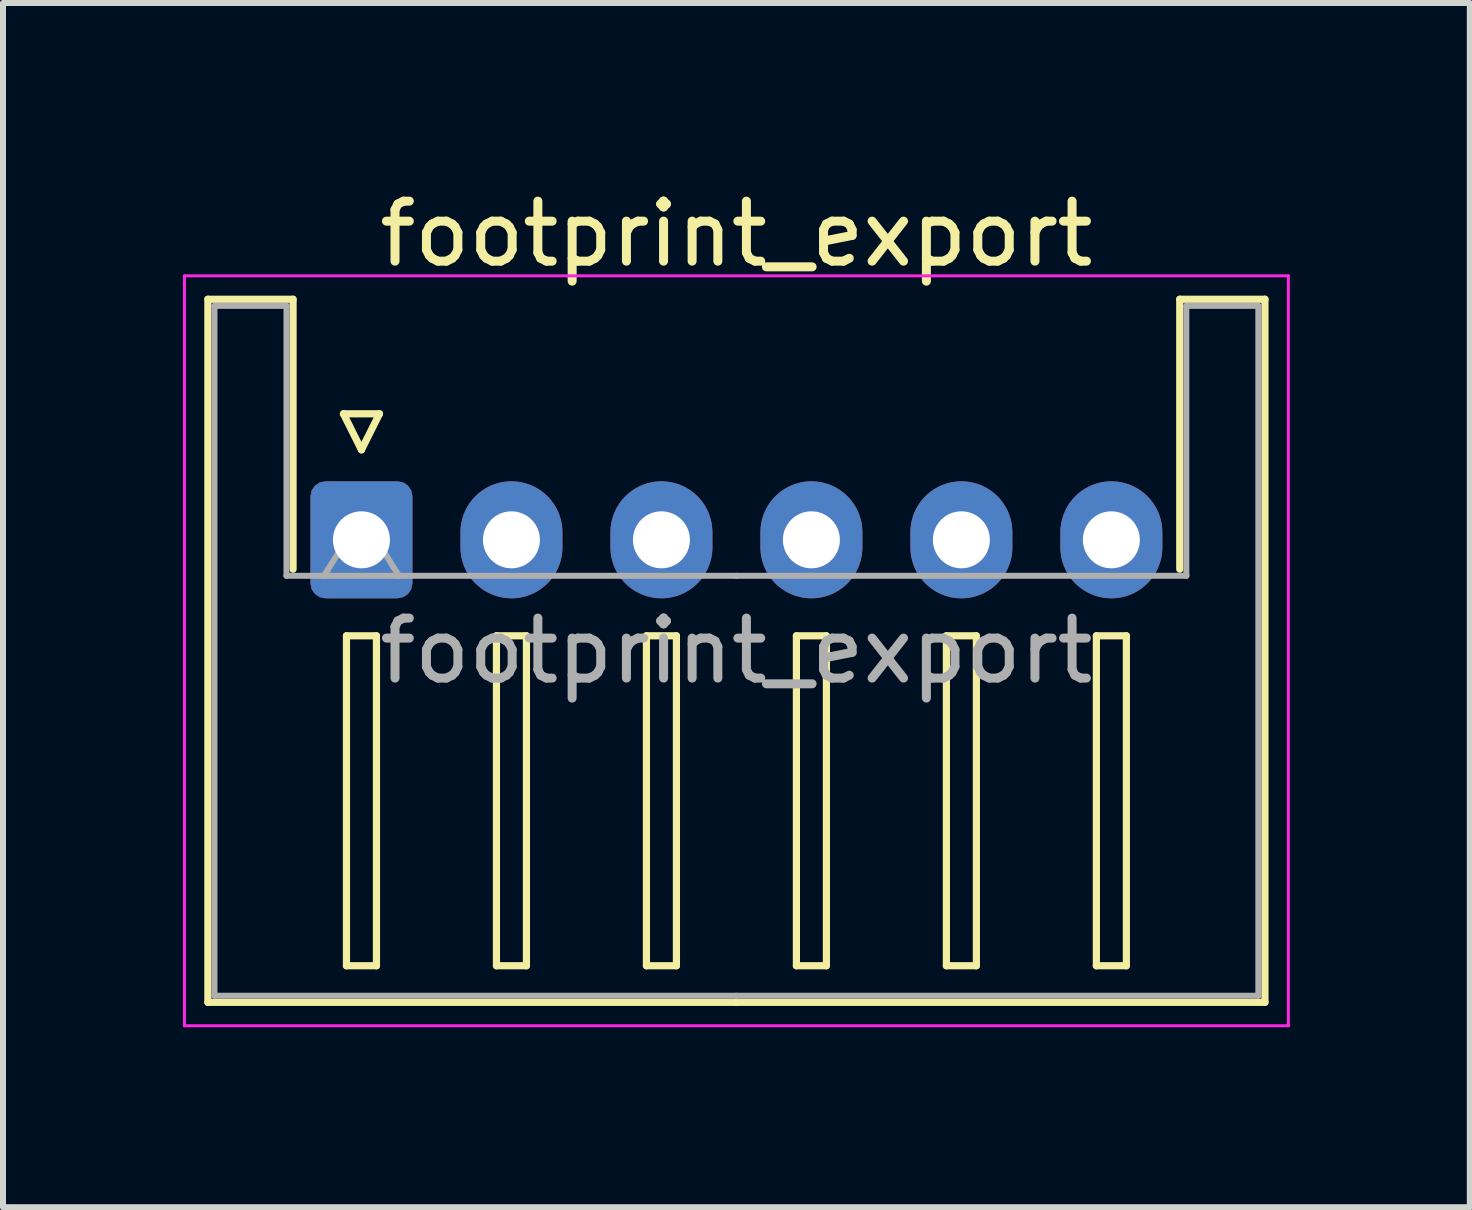
<source format=kicad_pcb>
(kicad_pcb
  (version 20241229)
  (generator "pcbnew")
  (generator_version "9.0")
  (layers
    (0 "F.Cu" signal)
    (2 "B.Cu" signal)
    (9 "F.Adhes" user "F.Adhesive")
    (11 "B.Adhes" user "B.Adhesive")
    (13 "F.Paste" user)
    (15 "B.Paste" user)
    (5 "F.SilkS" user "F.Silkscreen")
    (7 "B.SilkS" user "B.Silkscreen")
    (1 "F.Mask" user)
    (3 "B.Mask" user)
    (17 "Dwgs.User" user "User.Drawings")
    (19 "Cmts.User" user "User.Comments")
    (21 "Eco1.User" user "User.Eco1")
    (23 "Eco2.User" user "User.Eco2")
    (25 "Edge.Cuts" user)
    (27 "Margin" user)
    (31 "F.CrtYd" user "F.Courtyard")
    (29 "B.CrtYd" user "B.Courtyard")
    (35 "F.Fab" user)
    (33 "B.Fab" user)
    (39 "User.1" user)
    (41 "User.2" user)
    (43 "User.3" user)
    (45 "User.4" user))
  (footprint "footprint_export"
    (layer "F.Cu")
    (at 2.975 5.948)
    (property "Reference" "footprint_export" (at 6.25 -5.1 0) (layer "F.SilkS") (effects (font (size 1 1) (thickness 0.15))))
    (attr through_hole)
    (fp_line (start -2.56 -4.01) (end -1.14 -4.01) (stroke (width 0.12) (type solid)) (layer "F.SilkS"))
    (fp_line (start -2.56 7.71) (end -2.56 -4.01) (stroke (width 0.12) (type solid)) (layer "F.SilkS"))
    (fp_line (start -1.14 -4.01) (end -1.14 0.49) (stroke (width 0.12) (type solid)) (layer "F.SilkS"))
    (fp_line (start -0.3 -2.1) (end 0.3 -2.1) (stroke (width 0.12) (type solid)) (layer "F.SilkS"))
    (fp_line (start -0.25 1.6) (end -0.25 7.1) (stroke (width 0.12) (type solid)) (layer "F.SilkS"))
    (fp_line (start -0.25 7.1) (end 0.25 7.1) (stroke (width 0.12) (type solid)) (layer "F.SilkS"))
    (fp_line (start 0 -1.5) (end -0.3 -2.1) (stroke (width 0.12) (type solid)) (layer "F.SilkS"))
    (fp_line (start 0.25 1.6) (end -0.25 1.6) (stroke (width 0.12) (type solid)) (layer "F.SilkS"))
    (fp_line (start 0.25 7.1) (end 0.25 1.6) (stroke (width 0.12) (type solid)) (layer "F.SilkS"))
    (fp_line (start 0.3 -2.1) (end 0 -1.5) (stroke (width 0.12) (type solid)) (layer "F.SilkS"))
    (fp_line (start 2.25 1.6) (end 2.25 7.1) (stroke (width 0.12) (type solid)) (layer "F.SilkS"))
    (fp_line (start 2.25 7.1) (end 2.75 7.1) (stroke (width 0.12) (type solid)) (layer "F.SilkS"))
    (fp_line (start 2.75 1.6) (end 2.25 1.6) (stroke (width 0.12) (type solid)) (layer "F.SilkS"))
    (fp_line (start 2.75 7.1) (end 2.75 1.6) (stroke (width 0.12) (type solid)) (layer "F.SilkS"))
    (fp_line (start 4.75 1.6) (end 4.75 7.1) (stroke (width 0.12) (type solid)) (layer "F.SilkS"))
    (fp_line (start 4.75 7.1) (end 5.25 7.1) (stroke (width 0.12) (type solid)) (layer "F.SilkS"))
    (fp_line (start 5.25 1.6) (end 4.75 1.6) (stroke (width 0.12) (type solid)) (layer "F.SilkS"))
    (fp_line (start 5.25 7.1) (end 5.25 1.6) (stroke (width 0.12) (type solid)) (layer "F.SilkS"))
    (fp_line (start 6.25 7.71) (end -2.56 7.71) (stroke (width 0.12) (type solid)) (layer "F.SilkS"))
    (fp_line (start 6.25 7.71) (end 15.06 7.71) (stroke (width 0.12) (type solid)) (layer "F.SilkS"))
    (fp_line (start 7.25 1.6) (end 7.25 7.1) (stroke (width 0.12) (type solid)) (layer "F.SilkS"))
    (fp_line (start 7.25 7.1) (end 7.75 7.1) (stroke (width 0.12) (type solid)) (layer "F.SilkS"))
    (fp_line (start 7.75 1.6) (end 7.25 1.6) (stroke (width 0.12) (type solid)) (layer "F.SilkS"))
    (fp_line (start 7.75 7.1) (end 7.75 1.6) (stroke (width 0.12) (type solid)) (layer "F.SilkS"))
    (fp_line (start 9.75 1.6) (end 9.75 7.1) (stroke (width 0.12) (type solid)) (layer "F.SilkS"))
    (fp_line (start 9.75 7.1) (end 10.25 7.1) (stroke (width 0.12) (type solid)) (layer "F.SilkS"))
    (fp_line (start 10.25 1.6) (end 9.75 1.6) (stroke (width 0.12) (type solid)) (layer "F.SilkS"))
    (fp_line (start 10.25 7.1) (end 10.25 1.6) (stroke (width 0.12) (type solid)) (layer "F.SilkS"))
    (fp_line (start 12.25 1.6) (end 12.25 7.1) (stroke (width 0.12) (type solid)) (layer "F.SilkS"))
    (fp_line (start 12.25 7.1) (end 12.75 7.1) (stroke (width 0.12) (type solid)) (layer "F.SilkS"))
    (fp_line (start 12.75 1.6) (end 12.25 1.6) (stroke (width 0.12) (type solid)) (layer "F.SilkS"))
    (fp_line (start 12.75 7.1) (end 12.75 1.6) (stroke (width 0.12) (type solid)) (layer "F.SilkS"))
    (fp_line (start 13.64 -4.01) (end 13.64 0.49) (stroke (width 0.12) (type solid)) (layer "F.SilkS"))
    (fp_line (start 15.06 -4.01) (end 13.64 -4.01) (stroke (width 0.12) (type solid)) (layer "F.SilkS"))
    (fp_line (start 15.06 7.71) (end 15.06 -4.01) (stroke (width 0.12) (type solid)) (layer "F.SilkS"))
    (fp_line (start -2.95 -4.4) (end -2.95 8.1) (stroke (width 0.05) (type solid)) (layer "F.CrtYd"))
    (fp_line (start -2.95 8.1) (end 15.45 8.1) (stroke (width 0.05) (type solid)) (layer "F.CrtYd"))
    (fp_line (start 15.45 -4.4) (end -2.95 -4.4) (stroke (width 0.05) (type solid)) (layer "F.CrtYd"))
    (fp_line (start 15.45 8.1) (end 15.45 -4.4) (stroke (width 0.05) (type solid)) (layer "F.CrtYd"))
    (fp_line (start -2.45 -3.9) (end -1.25 -3.9) (stroke (width 0.1) (type solid)) (layer "F.Fab"))
    (fp_line (start -2.45 7.6) (end -2.45 -3.9) (stroke (width 0.1) (type solid)) (layer "F.Fab"))
    (fp_line (start -1.25 -3.9) (end -1.25 0.6) (stroke (width 0.1) (type solid)) (layer "F.Fab"))
    (fp_line (start -1.25 0.6) (end 6.25 0.6) (stroke (width 0.1) (type solid)) (layer "F.Fab"))
    (fp_line (start -0.625 0.6) (end 0 -0.4) (stroke (width 0.1) (type solid)) (layer "F.Fab"))
    (fp_line (start 0 -0.4) (end 0.625 0.6) (stroke (width 0.1) (type solid)) (layer "F.Fab"))
    (fp_line (start 6.25 7.6) (end -2.45 7.6) (stroke (width 0.1) (type solid)) (layer "F.Fab"))
    (fp_line (start 6.25 7.6) (end 14.95 7.6) (stroke (width 0.1) (type solid)) (layer "F.Fab"))
    (fp_line (start 13.75 -3.9) (end 13.75 0.6) (stroke (width 0.1) (type solid)) (layer "F.Fab"))
    (fp_line (start 13.75 0.6) (end 6.25 0.6) (stroke (width 0.1) (type solid)) (layer "F.Fab"))
    (fp_line (start 14.95 -3.9) (end 13.75 -3.9) (stroke (width 0.1) (type solid)) (layer "F.Fab"))
    (fp_line (start 14.95 7.6) (end 14.95 -3.9) (stroke (width 0.1) (type solid)) (layer "F.Fab"))
    (fp_text user "${REFERENCE}" (at 6.25 1.85 0) (layer "F.Fab") (effects (font (size 1 1) (thickness 0.15))))
    (pad "1" thru_hole roundrect (at 0 0) (size 1.7 1.95) (drill 0.95) (layers "*.Cu" "*.Mask") (roundrect_rratio 0.147))
    (pad "2" thru_hole oval (at 2.5 0) (size 1.7 1.95) (drill 0.95) (layers "*.Cu" "*.Mask"))
    (pad "3" thru_hole oval (at 5 0) (size 1.7 1.95) (drill 0.95) (layers "*.Cu" "*.Mask"))
    (pad "4" thru_hole oval (at 7.5 0) (size 1.7 1.95) (drill 0.95) (layers "*.Cu" "*.Mask"))
    (pad "5" thru_hole oval (at 10 0) (size 1.7 1.95) (drill 0.95) (layers "*.Cu" "*.Mask"))
    (pad "6" thru_hole oval (at 12.5 0) (size 1.7 1.95) (drill 0.95) (layers "*.Cu" "*.Mask")))
  (gr_rect
    (start -3 -3)
    (end 21.45 17.073)
    (stroke (width 0.1) (type default))
    (fill no)
    (layer "Edge.Cuts")))
</source>
